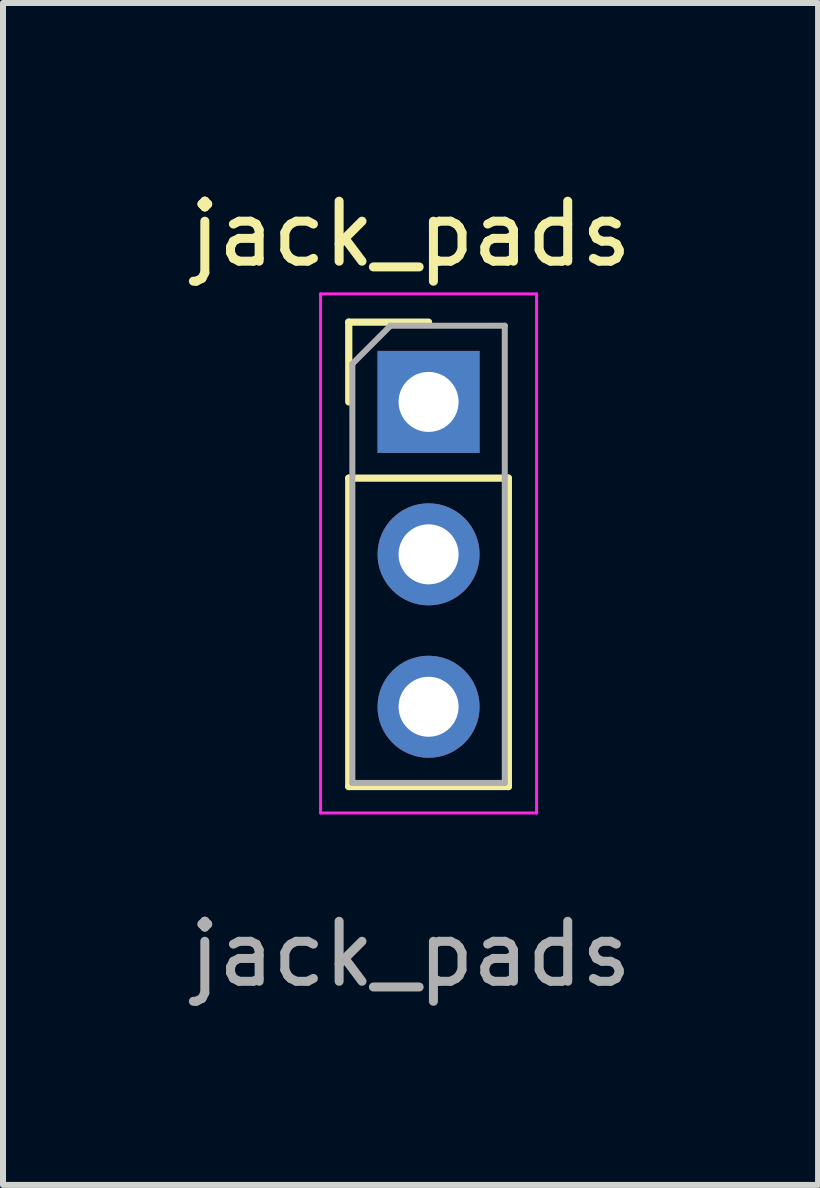
<source format=kicad_pcb>
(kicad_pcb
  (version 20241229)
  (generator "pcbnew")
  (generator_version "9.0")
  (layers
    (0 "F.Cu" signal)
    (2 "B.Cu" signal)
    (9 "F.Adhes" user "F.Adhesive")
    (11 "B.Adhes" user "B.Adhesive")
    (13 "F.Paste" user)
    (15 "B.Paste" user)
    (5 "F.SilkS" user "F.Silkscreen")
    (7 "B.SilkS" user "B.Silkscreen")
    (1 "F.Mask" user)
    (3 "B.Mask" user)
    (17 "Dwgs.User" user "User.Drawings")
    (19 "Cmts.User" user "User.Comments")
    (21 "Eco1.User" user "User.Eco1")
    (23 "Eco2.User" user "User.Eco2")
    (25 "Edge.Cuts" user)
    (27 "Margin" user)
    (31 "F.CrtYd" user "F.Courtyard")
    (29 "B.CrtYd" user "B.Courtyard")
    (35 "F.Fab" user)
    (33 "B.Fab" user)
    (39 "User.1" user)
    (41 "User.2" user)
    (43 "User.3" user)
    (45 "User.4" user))
  (footprint "jack_pads"
    (layer "F.Cu")
    (at 4.092 6.188)
    (property "Reference" "jack_pads" (at -0.3 -5.34 0) (unlocked yes) (layer "F.SilkS") (effects (font (size 1 1) (thickness 0.15))))
    (attr through_hole)
    (fp_line (start -1.33 -3.87) (end 0 -3.87) (stroke (width 0.12) (type solid)) (layer "F.SilkS"))
    (fp_line (start -1.33 -2.54) (end -1.33 -3.87) (stroke (width 0.12) (type solid)) (layer "F.SilkS"))
    (fp_line (start -1.33 -1.27) (end -1.33 3.87) (stroke (width 0.12) (type solid)) (layer "F.SilkS"))
    (fp_line (start -1.33 -1.27) (end 1.33 -1.27) (stroke (width 0.12) (type solid)) (layer "F.SilkS"))
    (fp_line (start -1.33 3.87) (end 1.33 3.87) (stroke (width 0.12) (type solid)) (layer "F.SilkS"))
    (fp_line (start 1.33 -1.27) (end 1.33 3.87) (stroke (width 0.12) (type solid)) (layer "F.SilkS"))
    (fp_line (start -1.8 -4.34) (end -1.8 4.31) (stroke (width 0.05) (type solid)) (layer "F.CrtYd"))
    (fp_line (start -1.8 4.31) (end 1.8 4.31) (stroke (width 0.05) (type solid)) (layer "F.CrtYd"))
    (fp_line (start 1.8 -4.34) (end -1.8 -4.34) (stroke (width 0.05) (type solid)) (layer "F.CrtYd"))
    (fp_line (start 1.8 4.31) (end 1.8 -4.34) (stroke (width 0.05) (type solid)) (layer "F.CrtYd"))
    (fp_line (start -1.27 -3.175) (end -0.635 -3.81) (stroke (width 0.1) (type solid)) (layer "F.Fab"))
    (fp_line (start -1.27 3.81) (end -1.27 -3.175) (stroke (width 0.1) (type solid)) (layer "F.Fab"))
    (fp_line (start -0.635 -3.81) (end 1.27 -3.81) (stroke (width 0.1) (type solid)) (layer "F.Fab"))
    (fp_line (start 1.27 -3.81) (end 1.27 3.81) (stroke (width 0.1) (type solid)) (layer "F.Fab"))
    (fp_line (start 1.27 3.81) (end -1.27 3.81) (stroke (width 0.1) (type solid)) (layer "F.Fab"))
    (fp_text user "${REFERENCE}" (at -0.3 6.66 0) (unlocked yes) (layer "F.Fab") (effects (font (size 1 1) (thickness 0.15))))
    (pad "S" thru_hole oval (at 0 2.54) (size 1.7 1.7) (drill 1) (layers "*.Cu" "*.Mask"))
    (pad "T" thru_hole oval (at 0 0) (size 1.7 1.7) (drill 1) (layers "*.Cu" "*.Mask"))
    (pad "TN" thru_hole rect (at 0 -2.54) (size 1.7 1.7) (drill 1) (layers "*.Cu" "*.Mask")))
  (gr_rect
    (start -3 -3)
    (end 10.583 16.697)
    (stroke (width 0.1) (type default))
    (fill no)
    (layer "Edge.Cuts")))
</source>
